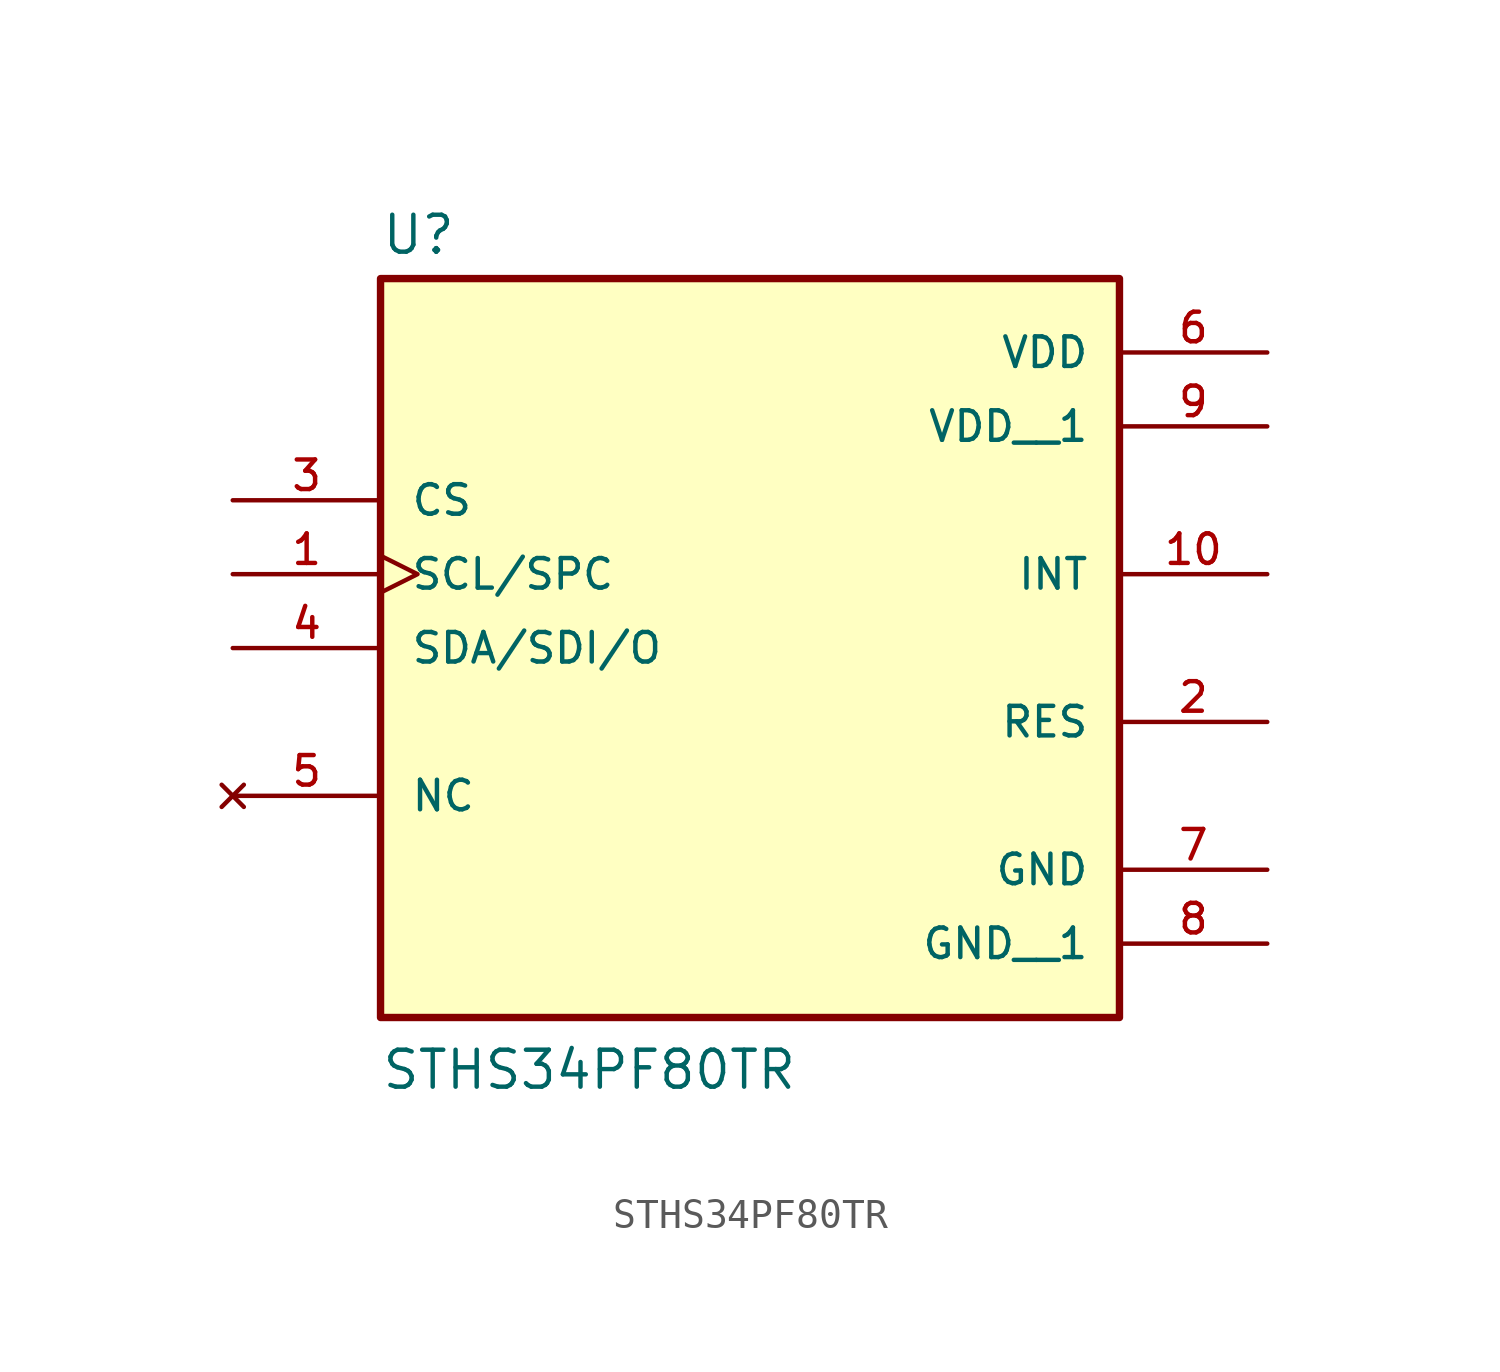
<source format=kicad_sym>
(kicad_symbol_lib
  (version 20211014)
  (generator kicad_symbol_editor)
  (symbol "STHS34PF80TR"
    (pin_names
      (offset 1.016))
    (property "Reference" "U"
      (at -12.7 10.922 0)
      (effects (font (size 1.27 1.27)) (justify bottom left)))
    (property "Value" "STHS34PF80TR"
      (at -12.7 -17.78 0)
      (effects (font (size 1.27 1.27)) (justify bottom left)))
    (symbol "STHS34PF80TR_0_0"
      (rectangle (start -12.7 -15.24) (end 12.7 10.16) (stroke (width 0.254)) (fill (type background)))
      (pin input clock (at -17.78 0.0 0) (length 5.08) (name "SCL/SPC" (effects (font (size 1.016 1.016)))) (number "1" (effects (font (size 1.016 1.016)))))
      (pin passive line (at 17.78 -5.08 180.0) (length 5.08) (name "RES" (effects (font (size 1.016 1.016)))) (number "2" (effects (font (size 1.016 1.016)))))
      (pin input line (at -17.78 2.54 0) (length 5.08) (name "CS" (effects (font (size 1.016 1.016)))) (number "3" (effects (font (size 1.016 1.016)))))
      (pin bidirectional line (at -17.78 -2.54 0) (length 5.08) (name "SDA/SDI/O" (effects (font (size 1.016 1.016)))) (number "4" (effects (font (size 1.016 1.016)))))
      (pin no_connect line (at -17.78 -7.62 0) (length 5.08) (name "NC" (effects (font (size 1.016 1.016)))) (number "5" (effects (font (size 1.016 1.016)))))
      (pin power_in line (at 17.78 7.62 180.0) (length 5.08) (name "VDD" (effects (font (size 1.016 1.016)))) (number "6" (effects (font (size 1.016 1.016)))))
      (pin power_in line (at 17.78 -10.16 180.0) (length 5.08) (name "GND" (effects (font (size 1.016 1.016)))) (number "7" (effects (font (size 1.016 1.016)))))
      (pin output line (at 17.78 0.0 180.0) (length 5.08) (name "INT" (effects (font (size 1.016 1.016)))) (number "10" (effects (font (size 1.016 1.016)))))
      (pin power_in line (at 17.78 5.08 180.0) (length 5.08) (name "VDD__1" (effects (font (size 1.016 1.016)))) (number "9" (effects (font (size 1.016 1.016)))))
      (pin power_in line (at 17.78 -12.7 180.0) (length 5.08) (name "GND__1" (effects (font (size 1.016 1.016)))) (number "8" (effects (font (size 1.016 1.016))))))))
</source>
